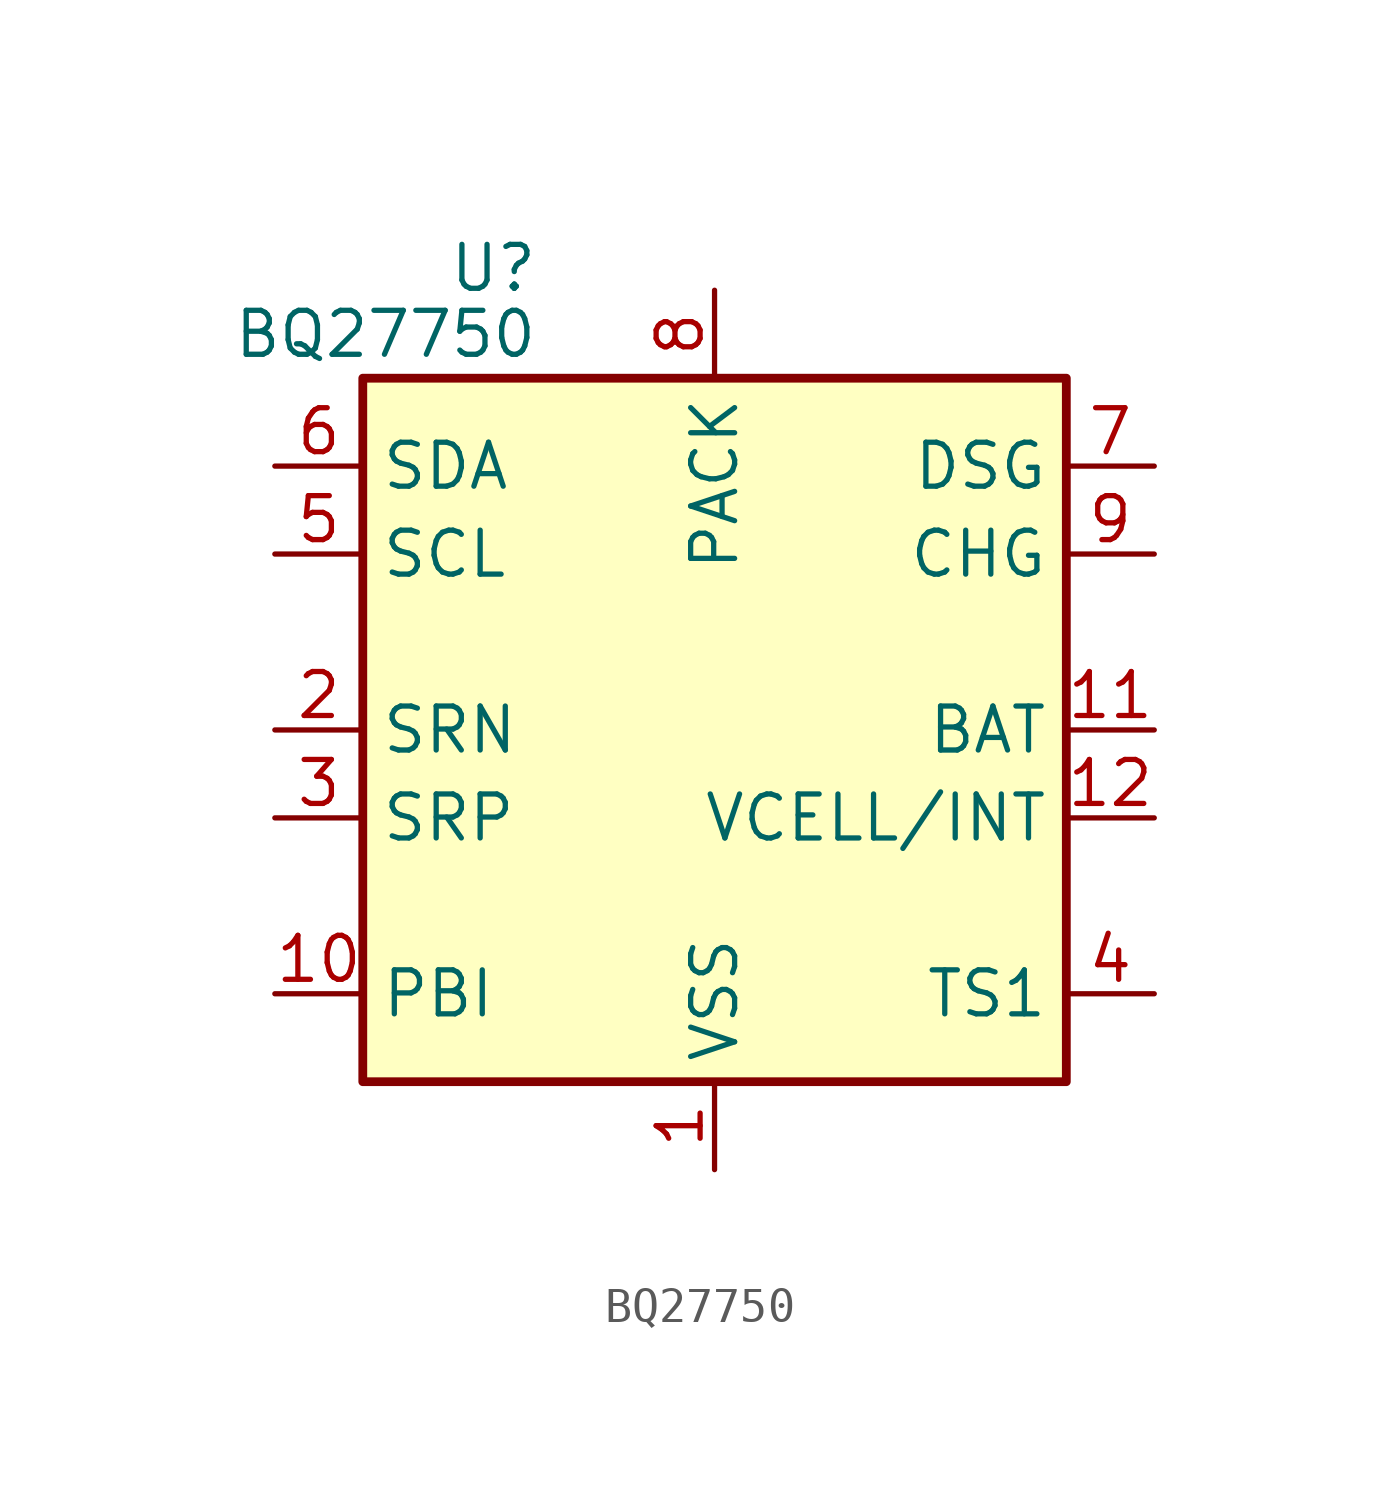
<source format=kicad_sym>
(kicad_symbol_lib
  (version 20201005)
  (generator kicad_symbol_editor)
  (symbol "BQ27750"
    (property "Reference" "U"
      (at -5.08 13.335 0)
      (effects (font (size 1.27 1.27)) (justify right)))
    (property "Value" "BQ27750"
      (at -5.08 11.43 0)
      (effects (font (size 1.27 1.27)) (justify right)))
    (symbol "BQ27750_0_1"
      (rectangle (start -10.16 10.16) (end 10.16 -10.16) (stroke (width 0.254)) (fill (type background))))
    (symbol "BQ27750_1_1"
      (pin power_in line (at 0 -12.7 90) (length 2.54) (name "VSS" (effects (font (size 1.27 1.27)))) (number "1" (effects (font (size 1.27 1.27)))))
      (pin passive line (at -12.7 -7.62 0) (length 2.54) (name "PBI" (effects (font (size 1.27 1.27)))) (number "10" (effects (font (size 1.27 1.27)))))
      (pin input line (at 12.7 0 180) (length 2.54) (name "BAT" (effects (font (size 1.27 1.27)))) (number "11" (effects (font (size 1.27 1.27)))))
      (pin bidirectional line (at 12.7 -2.54 180) (length 2.54) (name "VCELL/INT" (effects (font (size 1.27 1.27)))) (number "12" (effects (font (size 1.27 1.27)))))
      (pin passive line (at 0 -12.7 90) (length 2.54) hide (name "VSS" (effects (font (size 1.27 1.27)))) (number "13" (effects (font (size 1.27 1.27)))))
      (pin input line (at -12.7 0 0) (length 2.54) (name "SRN" (effects (font (size 1.27 1.27)))) (number "2" (effects (font (size 1.27 1.27)))))
      (pin input line (at -12.7 -2.54 0) (length 2.54) (name "SRP" (effects (font (size 1.27 1.27)))) (number "3" (effects (font (size 1.27 1.27)))))
      (pin input line (at 12.7 -7.62 180) (length 2.54) (name "TS1" (effects (font (size 1.27 1.27)))) (number "4" (effects (font (size 1.27 1.27)))))
      (pin input line (at -12.7 5.08 0) (length 2.54) (name "SCL" (effects (font (size 1.27 1.27)))) (number "5" (effects (font (size 1.27 1.27)))))
      (pin bidirectional line (at -12.7 7.62 0) (length 2.54) (name "SDA" (effects (font (size 1.27 1.27)))) (number "6" (effects (font (size 1.27 1.27)))))
      (pin output line (at 12.7 7.62 180) (length 2.54) (name "DSG" (effects (font (size 1.27 1.27)))) (number "7" (effects (font (size 1.27 1.27)))))
      (pin input line (at 0 12.7 270) (length 2.54) (name "PACK" (effects (font (size 1.27 1.27)))) (number "8" (effects (font (size 1.27 1.27)))))
      (pin output line (at 12.7 5.08 180) (length 2.54) (name "CHG" (effects (font (size 1.27 1.27)))) (number "9" (effects (font (size 1.27 1.27))))))))
</source>
